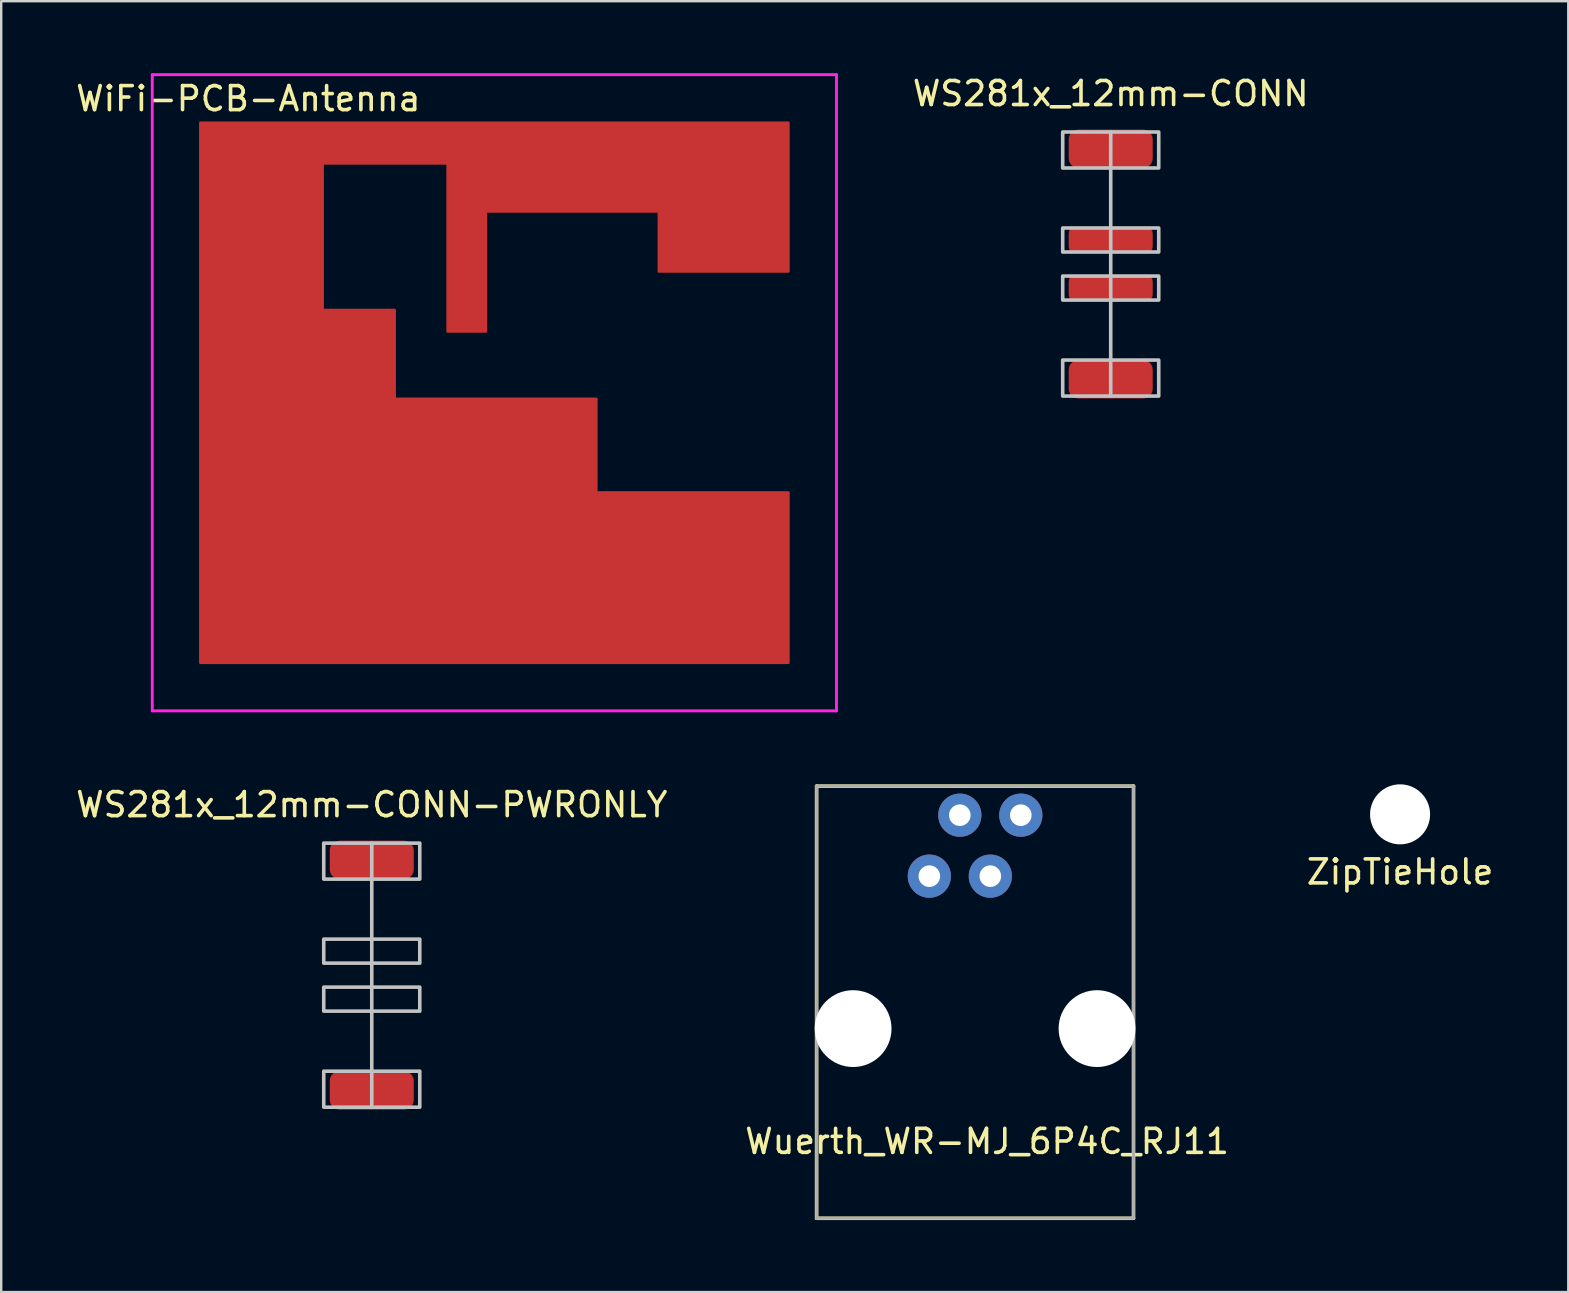
<source format=kicad_pcb>
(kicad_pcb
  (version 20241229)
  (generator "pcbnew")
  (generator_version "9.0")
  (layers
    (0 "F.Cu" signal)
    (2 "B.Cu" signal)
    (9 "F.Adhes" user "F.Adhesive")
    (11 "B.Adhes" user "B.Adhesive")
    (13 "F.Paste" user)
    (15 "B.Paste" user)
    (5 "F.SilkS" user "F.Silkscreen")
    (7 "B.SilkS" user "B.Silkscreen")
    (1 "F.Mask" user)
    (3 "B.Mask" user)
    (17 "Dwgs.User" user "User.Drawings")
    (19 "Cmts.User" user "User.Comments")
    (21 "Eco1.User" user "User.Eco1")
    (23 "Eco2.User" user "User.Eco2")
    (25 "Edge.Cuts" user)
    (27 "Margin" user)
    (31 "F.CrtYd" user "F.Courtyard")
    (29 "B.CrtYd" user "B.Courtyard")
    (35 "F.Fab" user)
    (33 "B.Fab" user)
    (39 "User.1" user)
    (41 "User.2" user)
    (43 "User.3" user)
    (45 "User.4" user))
  (footprint "WS281x_12mm-CONN"
    (layer "F.Cu")
    (at 43.215 2.448)
    (property "Reference" "WS281x_12mm-CONN" (at 0 -1.6 0) (unlocked yes) (layer "F.SilkS") (effects (font (size 1 1) (thickness 0.15))))
    (attr smd)
    (fp_line (start 0 0) (end 0 11) (stroke (width 0.15) (type solid)) (layer "Dwgs.User"))
    (fp_rect (start -2 0) (end 2 1.5) (stroke (width 0.15) (type solid)) (fill no) (layer "Dwgs.User"))
    (fp_rect (start -2 5) (end 2 4) (stroke (width 0.15) (type solid)) (fill no) (layer "Dwgs.User"))
    (fp_rect (start -2 6) (end 2 7) (stroke (width 0.15) (type solid)) (fill no) (layer "Dwgs.User"))
    (fp_rect (start -2 11) (end 2 9.5) (stroke (width 0.15) (type solid)) (fill no) (layer "Dwgs.User"))
    (pad "1" smd roundrect (at 0 0.7) (size 3.5 1.6) (layers "F.Cu" "F.Mask" "F.Paste") (roundrect_rratio 0.25))
    (pad "2" smd roundrect (at 0 4.5) (size 3.5 1.1) (layers "F.Cu" "F.Mask" "F.Paste") (roundrect_rratio 0.25))
    (pad "3" smd roundrect (at 0 6.5) (size 3.5 1.1) (layers "F.Cu" "F.Mask" "F.Paste") (roundrect_rratio 0.25))
    (pad "4" smd roundrect (at 0 10.3) (size 3.5 1.6) (layers "F.Cu" "F.Mask" "F.Paste") (roundrect_rratio 0.25)))
  (footprint "ZipTieHole"
    (layer "F.Cu")
    (at 55.268 30.87)
    (property "Reference" "ZipTieHole" (at 0 2.4 0) (layer "F.SilkS") (effects (font (size 1 1) (thickness 0.15))))
    (attr through_hole)
    (pad "" np_thru_hole circle (at 0 0) (size 2.5 2.5) (drill 2.5) (layers "*.Cu" "*.Mask")))
  (footprint "Wuerth_WR-MJ_6P4C_RJ11"
    (layer "F.Cu")
    (at 36.485 34.795)
    (property "Reference" "Wuerth_WR-MJ_6P4C_RJ11" (at 1.58 9.7 0) (layer "F.SilkS") (effects (font (size 1 1) (thickness 0.15))))
    (attr through_hole)
    (fp_line (start -5.52 -5.1) (end 7.68 -5.1) (stroke (width 0.15) (type solid)) (layer "F.SilkS"))
    (fp_line (start -5.52 12.9) (end -5.52 -5.1) (stroke (width 0.15) (type solid)) (layer "F.SilkS"))
    (fp_line (start 7.68 -5.1) (end 7.68 12.9) (stroke (width 0.15) (type solid)) (layer "F.SilkS"))
    (fp_line (start 7.68 12.9) (end -5.52 12.9) (stroke (width 0.15) (type solid)) (layer "F.SilkS"))
    (fp_line (start -5.52 -5.1) (end -5.52 12.9) (stroke (width 0.12) (type solid)) (layer "F.Fab"))
    (fp_line (start -5.52 12.9) (end 7.68 12.9) (stroke (width 0.12) (type solid)) (layer "F.Fab"))
    (fp_line (start 7.68 -5.1) (end -5.52 -5.1) (stroke (width 0.12) (type solid)) (layer "F.Fab"))
    (fp_line (start 7.68 12.9) (end 7.68 -5.1) (stroke (width 0.12) (type solid)) (layer "F.Fab"))
    (pad "" np_thru_hole circle (at -4 5) (size 3.2 3.2) (drill 3.2) (layers "*.Cu" "*.Mask"))
    (pad "" np_thru_hole circle (at 6.16 5) (size 3.2 3.2) (drill 3.2) (layers "*.Cu" "*.Mask"))
    (pad "1" thru_hole circle (at -0.825 -1.35) (size 1.8 1.8) (drill 0.9) (layers "*.Cu" "*.Mask"))
    (pad "2" thru_hole circle (at 0.445 -3.89) (size 1.8 1.8) (drill 0.9) (layers "*.Cu" "*.Mask"))
    (pad "3" thru_hole circle (at 1.715 -1.35) (size 1.8 1.8) (drill 0.9) (layers "*.Cu" "*.Mask"))
    (pad "4" thru_hole circle (at 2.985 -3.89) (size 1.8 1.8) (drill 0.9) (layers "*.Cu" "*.Mask")))
  (footprint "WS281x_12mm-CONN-PWRONLY"
    (layer "F.Cu")
    (at 12.435 32.068)
    (property "Reference" "WS281x_12mm-CONN-PWRONLY" (at 0 -1.6 0) (unlocked yes) (layer "F.SilkS") (effects (font (size 1 1) (thickness 0.15))))
    (attr smd)
    (fp_line (start 0 0) (end 0 11) (stroke (width 0.15) (type solid)) (layer "Dwgs.User"))
    (fp_rect (start -2 0) (end 2 1.5) (stroke (width 0.15) (type solid)) (fill no) (layer "Dwgs.User"))
    (fp_rect (start -2 5) (end 2 4) (stroke (width 0.15) (type solid)) (fill no) (layer "Dwgs.User"))
    (fp_rect (start -2 6) (end 2 7) (stroke (width 0.15) (type solid)) (fill no) (layer "Dwgs.User"))
    (fp_rect (start -2 11) (end 2 9.5) (stroke (width 0.15) (type solid)) (fill no) (layer "Dwgs.User"))
    (pad "1" smd roundrect (at 0 0.7) (size 3.5 1.6) (layers "F.Cu" "F.Mask" "F.Paste") (roundrect_rratio 0.25))
    (pad "2" smd roundrect (at 0 10.3) (size 3.5 1.6) (layers "F.Cu" "F.Mask" "F.Paste") (roundrect_rratio 0.25)))
  (footprint "WiFi-PCB-Antenna"
    (layer "F.Cu")
    (at 5.292 2.06)
    (property "Reference" "WiFi-PCB-Antenna" (at 2 -1 0) (layer "F.SilkS") (effects (font (size 1 1) (thickness 0.15))))
    (attr through_hole)
    (fp_poly (pts (xy 24.5 6.2) (xy 19.1 6.2) (xy 19.1 3.7) (xy 11.9 3.7) (xy 11.9 8.7) (xy 10.3 8.7) (xy 10.3 1.7) (xy 5.1 1.7) (xy 5.1 7.8) (xy 8.1 7.8) (xy 8.1 11.5) (xy 16.5 11.5) (xy 16.5 15.4) (xy 24.5 15.4) (xy 24.5 22.5) (xy 0 22.5) (xy 0 0) (xy 24.5 0)) (stroke (width 0.1) (type solid)) (fill yes) (layer "F.Cu"))
    (fp_line (start -2 -2) (end 26.5 -2) (stroke (width 0.12) (type solid)) (layer "F.CrtYd"))
    (fp_line (start -2 24.5) (end -2 -2) (stroke (width 0.12) (type solid)) (layer "F.CrtYd"))
    (fp_line (start 26.5 -2) (end 26.5 24.5) (stroke (width 0.12) (type solid)) (layer "F.CrtYd"))
    (fp_line (start 26.5 24.5) (end -2 24.5) (stroke (width 0.12) (type solid)) (layer "F.CrtYd"))
    (pad "1" smd rect (at 6 9.4) (size 4 3) (layers "F.Cu" "F.Mask" "F.Paste"))
    (pad "2" smd rect (at 11.1 7.9) (size 1.524 1.524) (layers "F.Cu" "F.Mask" "F.Paste"))
    (zone (net_name "") (layers "F.Cu" "B.Cu") (name "WiFiAntenna") (hatch edge 0.508) (connect_pads) (min_thickness 0.254) (filled_areas_thickness no) (keepout (tracks not_allowed) (vias not_allowed) (pads allowed) (copperpour not_allowed) (footprints not_allowed)) (placement (enabled no)) (fill) (polygon (pts (xy 30.792 25.56) (xy 4.292 25.56) (xy 4.292 1.06) (xy 30.792 1.06)))))
  (gr_rect
    (start -3 -3)
    (end 62.274 50.77)
    (stroke (width 0.1) (type default))
    (fill no)
    (layer "Edge.Cuts")))
</source>
